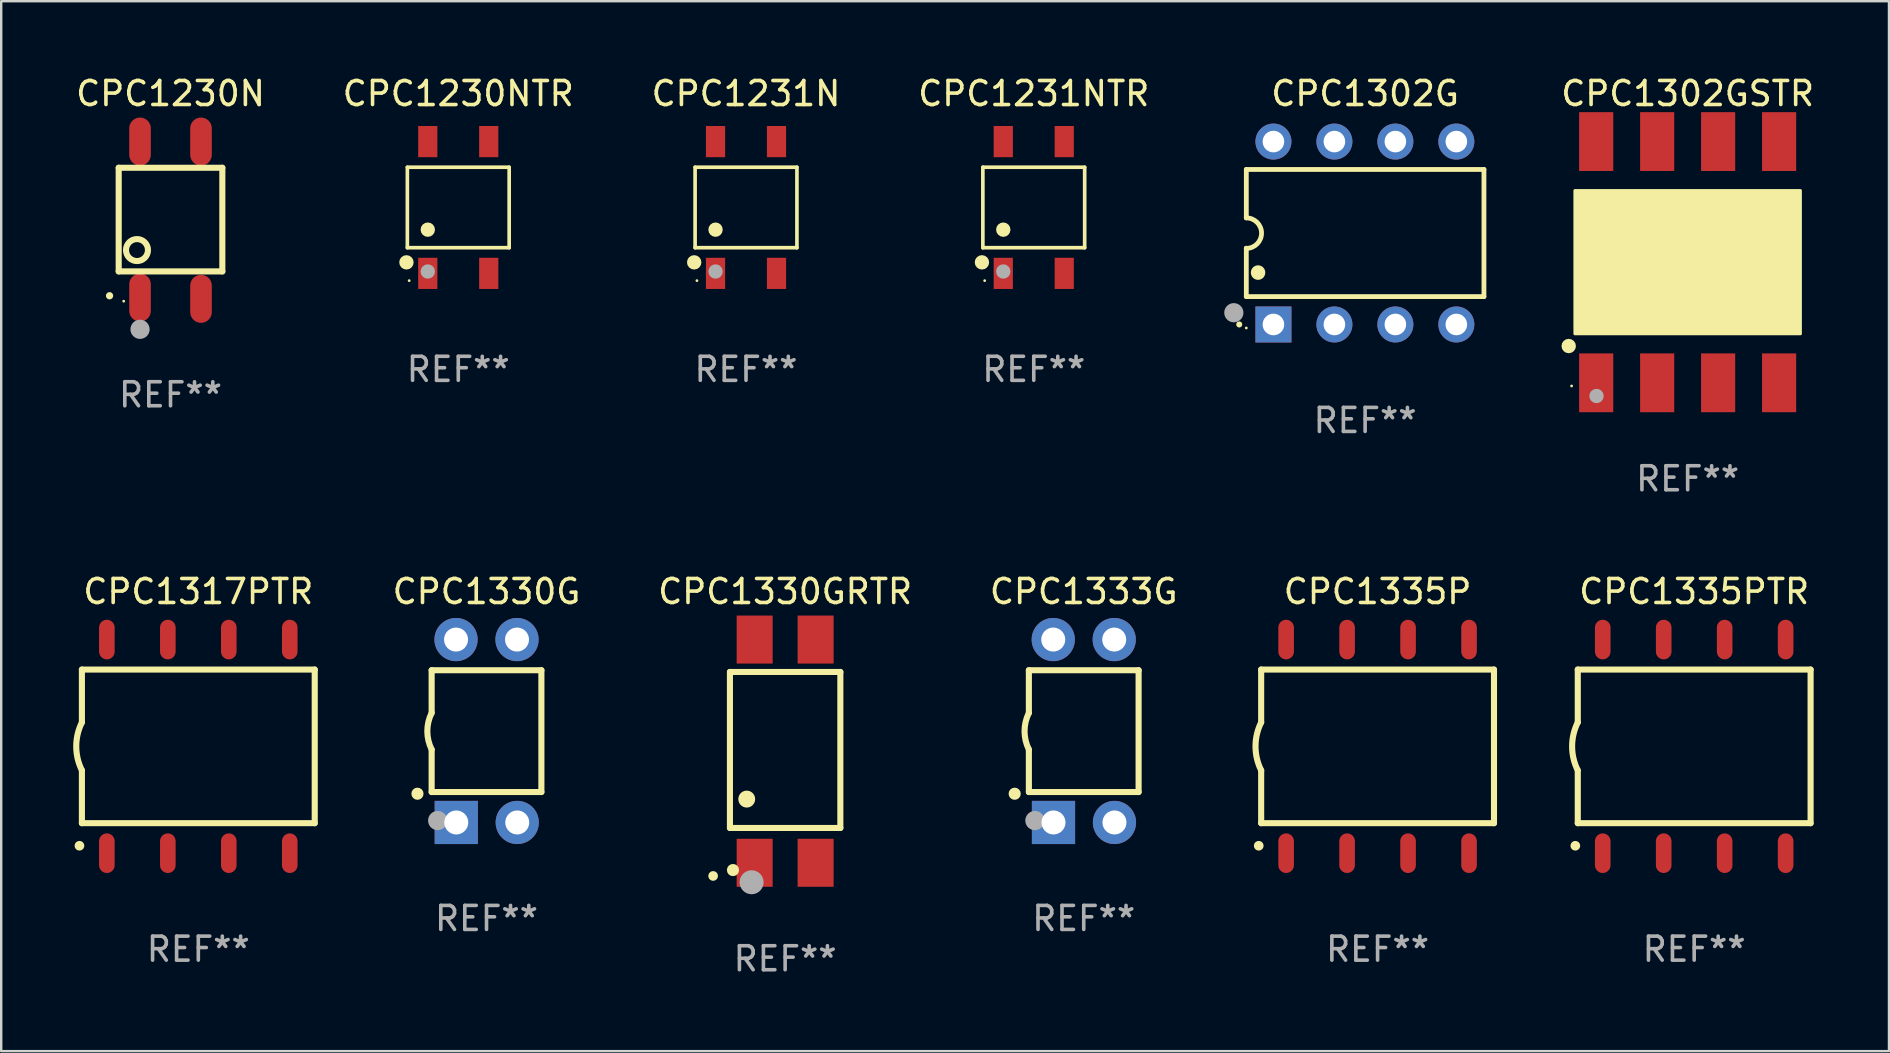
<source format=kicad_pcb>
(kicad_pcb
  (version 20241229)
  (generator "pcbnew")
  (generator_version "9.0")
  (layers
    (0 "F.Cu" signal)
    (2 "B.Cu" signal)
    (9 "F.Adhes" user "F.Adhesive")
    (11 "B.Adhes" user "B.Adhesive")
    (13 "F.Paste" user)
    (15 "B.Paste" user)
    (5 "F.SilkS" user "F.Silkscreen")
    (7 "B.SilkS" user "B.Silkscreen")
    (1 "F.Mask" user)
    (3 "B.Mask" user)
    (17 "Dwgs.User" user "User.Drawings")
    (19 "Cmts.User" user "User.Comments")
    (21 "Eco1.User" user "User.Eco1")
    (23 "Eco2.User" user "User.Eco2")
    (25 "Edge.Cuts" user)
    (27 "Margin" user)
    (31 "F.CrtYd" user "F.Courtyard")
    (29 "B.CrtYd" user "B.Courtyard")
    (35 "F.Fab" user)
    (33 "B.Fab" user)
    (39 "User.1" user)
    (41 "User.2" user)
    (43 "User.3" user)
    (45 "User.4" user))
  (footprint "CPC1335P"
    (layer "F.Cu")
    (at 54.342 28.045)
    (property "Reference" "CPC1335P" (at 0 -6.45 0) (layer "F.SilkS") (effects (font (size 1 1) (thickness 0.15))))
    (attr through_hole)
    (fp_line (start -4.85 -3.2) (end -4.85 -1) (stroke (width 0.254) (type solid)) (layer "F.SilkS"))
    (fp_line (start -4.85 -3.2) (end 4.85 -3.2) (stroke (width 0.254) (type solid)) (layer "F.SilkS"))
    (fp_line (start -4.85 3.2) (end -4.85 1) (stroke (width 0.254) (type solid)) (layer "F.SilkS"))
    (fp_line (start 4.85 -3.2) (end 4.85 3.2) (stroke (width 0.254) (type solid)) (layer "F.SilkS"))
    (fp_line (start 4.85 3.2) (end -4.85 3.2) (stroke (width 0.254) (type solid)) (layer "F.SilkS"))
    (fp_arc (start -4.95301 4.140208) (mid -4.95174 4.140204) (end -4.95047 4.140208) (stroke (width 0.4) (type solid)) (layer "F.SilkS"))
    (fp_arc (start -4.84887 1.000762) (mid -5.085418 0.000516) (end -4.850013 -1) (stroke (width 0.254001) (type solid)) (layer "F.SilkS"))
    (fp_text user "REF**" (at 0 8.45 0) (layer "F.Fab") (effects (font (size 1 1) (thickness 0.15))))
    (pad "1" smd oval (at -3.81 4.45) (size 0.65 1.65) (layers "F.Cu" "F.Mask" "F.Paste"))
    (pad "2" smd oval (at -1.27 4.45) (size 0.65 1.65) (layers "F.Cu" "F.Mask" "F.Paste"))
    (pad "3" smd oval (at 1.27 4.45) (size 0.65 1.65) (layers "F.Cu" "F.Mask" "F.Paste"))
    (pad "4" smd oval (at 3.81 4.45) (size 0.65 1.65) (layers "F.Cu" "F.Mask" "F.Paste"))
    (pad "5" smd oval (at 3.81 -4.45 180) (size 0.65 1.65) (layers "F.Cu" "F.Mask" "F.Paste"))
    (pad "6" smd oval (at 1.27 -4.45 180) (size 0.65 1.65) (layers "F.Cu" "F.Mask" "F.Paste"))
    (pad "7" smd oval (at -1.27 -4.45 180) (size 0.65 1.65) (layers "F.Cu" "F.Mask" "F.Paste"))
    (pad "8" smd oval (at -3.81 -4.45 180) (size 0.65 1.65) (layers "F.Cu" "F.Mask" "F.Paste")))
  (footprint "CPC1330G"
    (layer "F.Cu")
    (at 17.219 27.405)
    (property "Reference" "CPC1330G" (at 0 -5.81 0) (layer "F.SilkS") (effects (font (size 1 1) (thickness 0.15))))
    (attr through_hole)
    (fp_line (start -2.286 -2.532) (end -2.286 -0.754) (stroke (width 0.254) (type solid)) (layer "F.SilkS"))
    (fp_line (start -2.286 -2.532) (end 2.286 -2.532) (stroke (width 0.254) (type solid)) (layer "F.SilkS"))
    (fp_line (start -2.286 0.77) (end -2.286 2.542) (stroke (width 0.254) (type solid)) (layer "F.SilkS"))
    (fp_line (start -2.286 2.542) (end 2.286 2.542) (stroke (width 0.254) (type solid)) (layer "F.SilkS"))
    (fp_line (start 2.286 -2.532) (end 2.286 2.542) (stroke (width 0.254) (type solid)) (layer "F.SilkS"))
    (fp_arc (start -2.286005 0.769952) (mid -2.465889 0.00795) (end -2.286005 -0.754051) (stroke (width 0.254001) (type solid)) (layer "F.SilkS"))
    (fp_circle (center -2.877 2.613) (end -2.75 2.613) (stroke (width 0.254) (type solid)) (fill no) (layer "F.SilkS"))
    (fp_circle (center -2.29 3.935) (end -2.26 3.935) (stroke (width 0.06) (type solid)) (fill no) (layer "F.SilkS"))
    (fp_circle (center -2.035 3.73) (end -1.835 3.73) (stroke (width 0.4) (type solid)) (fill no) (layer "F.Fab"))
    (fp_text user "REF**" (at 0 7.81 0) (layer "F.Fab") (effects (font (size 1 1) (thickness 0.15))))
    (pad "1" thru_hole rect (at -1.26 3.81 180) (size 1.8 1.8) (drill 1) (layers "*.Cu" "*.Mask"))
    (pad "2" thru_hole circle (at 1.28 3.81) (size 1.8 1.8) (drill 1) (layers "*.Cu" "*.Mask"))
    (pad "3" thru_hole circle (at 1.27 -3.81) (size 1.8 1.8) (drill 1) (layers "*.Cu" "*.Mask"))
    (pad "4" thru_hole circle (at -1.27 -3.81) (size 1.8 1.8) (drill 1) (layers "*.Cu" "*.Mask")))
  (footprint "CPC1330GRTR"
    (layer "F.Cu")
    (at 29.66 28.245)
    (property "Reference" "CPC1330GRTR" (at 0 -6.65 0) (layer "F.SilkS") (effects (font (size 1 1) (thickness 0.15))))
    (attr through_hole)
    (fp_line (start -2.3 -3.3) (end -2.3 3.2) (stroke (width 0.254) (type solid)) (layer "F.SilkS"))
    (fp_line (start -2.3 -3.3) (end 2.3 -3.3) (stroke (width 0.254) (type solid)) (layer "F.SilkS"))
    (fp_line (start -2.3 3.2) (end 2.3 3.2) (stroke (width 0.254) (type solid)) (layer "F.SilkS"))
    (fp_line (start 2.3 -3.3) (end 2.3 3.2) (stroke (width 0.254) (type solid)) (layer "F.SilkS"))
    (fp_arc (start -2.999746 5.19939) (mid -2.99975 5.19812) (end -2.999746 5.19685) (stroke (width 0.4) (type solid)) (layer "F.SilkS"))
    (fp_arc (start -1.600203 1.998984) (mid -1.600212 1.996444) (end -1.600203 1.993904) (stroke (width 0.700003) (type solid)) (layer "F.SilkS"))
    (fp_circle (center -2.173 4.953) (end -2.046 4.953) (stroke (width 0.254) (type solid)) (fill no) (layer "F.SilkS"))
    (fp_circle (center -1.397 5.461) (end -1.147 5.461) (stroke (width 0.5) (type solid)) (fill no) (layer "F.Fab"))
    (fp_text user "REF**" (at 0 8.65 0) (layer "F.Fab") (effects (font (size 1 1) (thickness 0.15))))
    (pad "1" smd rect (at -1.27 4.65 180) (size 1.5 2) (layers "F.Cu" "F.Mask" "F.Paste"))
    (pad "2" smd rect (at 1.27 4.65 180) (size 1.5 2) (layers "F.Cu" "F.Mask" "F.Paste"))
    (pad "3" smd rect (at 1.27 -4.65 180) (size 1.5 2) (layers "F.Cu" "F.Mask" "F.Paste"))
    (pad "4" smd rect (at -1.27 -4.65 180) (size 1.5 2) (layers "F.Cu" "F.Mask" "F.Paste")))
  (footprint "CPC1302G"
    (layer "F.Cu")
    (at 53.823 6.658)
    (property "Reference" "CPC1302G" (at 0 -5.81 0) (layer "F.SilkS") (effects (font (size 1 1) (thickness 0.15))))
    (attr through_hole)
    (fp_line (start -4.95 -2.649) (end 4.95 -2.649) (stroke (width 0.2) (type solid)) (layer "F.SilkS"))
    (fp_line (start -4.95 -0.635) (end -4.95 -2.649) (stroke (width 0.2) (type solid)) (layer "F.SilkS"))
    (fp_line (start -4.95 0.635) (end -4.95 0.64) (stroke (width 0.2) (type solid)) (layer "F.SilkS"))
    (fp_line (start -4.95 2.649) (end -4.95 0.635) (stroke (width 0.2) (type solid)) (layer "F.SilkS"))
    (fp_line (start -4.95 -0.64) (end -4.95 -0.635) (stroke (width 0.2) (type solid)) (layer "F.SilkS"))
    (fp_line (start 4.95 -2.649) (end 4.95 2.649) (stroke (width 0.2) (type solid)) (layer "F.SilkS"))
    (fp_line (start 4.95 2.649) (end -4.95 2.649) (stroke (width 0.2) (type solid)) (layer "F.SilkS"))
    (fp_arc (start -5.24511 3.810008) (mid -5.245117 3.808738) (end -5.24511 3.807468) (stroke (width 0.25) (type solid)) (layer "F.SilkS"))
    (fp_arc (start -4.950165 -0.629997) (mid -4.315164 0.005004) (end -4.950165 0.640005) (stroke (width 0.2) (type solid)) (layer "F.SilkS"))
    (fp_arc (start -4.460249 1.651003) (mid -4.46026 1.648463) (end -4.460249 1.645923) (stroke (width 0.6) (type solid)) (layer "F.SilkS"))
    (fp_circle (center -4.95 3.956) (end -4.92 3.956) (stroke (width 0.06) (type solid)) (fill no) (layer "F.SilkS"))
    (fp_circle (center -5.47 3.32) (end -5.27 3.32) (stroke (width 0.4) (type solid)) (fill no) (layer "F.Fab"))
    (fp_text user "REF**" (at 0 7.81 0) (layer "F.Fab") (effects (font (size 1 1) (thickness 0.15))))
    (pad "1" thru_hole rect (at -3.82 3.81) (size 1.5 1.5) (drill 0.9) (layers "*.Cu" "*.Mask"))
    (pad "2" thru_hole circle (at -1.28 3.81) (size 1.5 1.5) (drill 0.9) (layers "*.Cu" "*.Mask"))
    (pad "3" thru_hole circle (at 1.26 3.81) (size 1.5 1.5) (drill 0.9) (layers "*.Cu" "*.Mask"))
    (pad "4" thru_hole circle (at 3.8 3.81) (size 1.5 1.5) (drill 0.9) (layers "*.Cu" "*.Mask"))
    (pad "5" thru_hole circle (at 3.8 -3.81) (size 1.5 1.5) (drill 0.9) (layers "*.Cu" "*.Mask"))
    (pad "6" thru_hole circle (at 1.26 -3.81) (size 1.5 1.5) (drill 0.9) (layers "*.Cu" "*.Mask"))
    (pad "7" thru_hole circle (at -1.28 -3.81) (size 1.5 1.5) (drill 0.9) (layers "*.Cu" "*.Mask"))
    (pad "8" thru_hole circle (at -3.82 -3.81) (size 1.5 1.5) (drill 0.9) (layers "*.Cu" "*.Mask")))
  (footprint "CPC1230N"
    (layer "F.Cu")
    (at 4.054 6.124)
    (property "Reference" "CPC1230N" (at 0 -5.276 0) (layer "F.SilkS") (effects (font (size 1 1) (thickness 0.15))))
    (attr through_hole)
    (fp_line (start -2.159 -2.185) (end -2.159 2.133) (stroke (width 0.254) (type solid)) (layer "F.SilkS"))
    (fp_line (start -2.159 2.133) (end 2.159 2.133) (stroke (width 0.254) (type solid)) (layer "F.SilkS"))
    (fp_line (start 2.159 -2.185) (end -2.159 -2.185) (stroke (width 0.254) (type solid)) (layer "F.SilkS"))
    (fp_line (start 2.159 2.133) (end 2.159 -2.185) (stroke (width 0.254) (type solid)) (layer "F.SilkS"))
    (fp_arc (start -2.540005 3.148895) (mid -2.54001 3.147625) (end -2.540005 3.146355) (stroke (width 0.3) (type solid)) (layer "F.SilkS"))
    (fp_circle (center -1.95 3.374) (end -1.92 3.374) (stroke (width 0.06) (type solid)) (fill no) (layer "F.SilkS"))
    (fp_circle (center -1.397 1.244) (end -0.939 1.244) (stroke (width 0.254) (type solid)) (fill no) (layer "F.SilkS"))
    (fp_circle (center -1.27 4.546) (end -1.07 4.546) (stroke (width 0.4) (type solid)) (fill no) (layer "F.Fab"))
    (fp_text user "REF**" (at 0 7.276 0) (layer "F.Fab") (effects (font (size 1 1) (thickness 0.15))))
    (pad "1" smd oval (at -1.27 3.224) (size 0.9 2) (layers "F.Cu" "F.Mask" "F.Paste"))
    (pad "2" smd oval (at 1.27 3.276) (size 0.9 2) (layers "F.Cu" "F.Mask" "F.Paste"))
    (pad "3" smd oval (at 1.27 -3.276) (size 0.9 2) (layers "F.Cu" "F.Mask" "F.Paste"))
    (pad "4" smd oval (at -1.27 -3.276) (size 0.9 2) (layers "F.Cu" "F.Mask" "F.Paste")))
  (footprint "CPC1231N"
    (layer "F.Cu")
    (at 28.03 5.594)
    (property "Reference" "CPC1231N" (at 0 -4.745 0) (layer "F.SilkS") (effects (font (size 1 1) (thickness 0.15))))
    (attr through_hole)
    (fp_line (start -2.121 -1.676) (end 2.121 -1.676) (stroke (width 0.152) (type solid)) (layer "F.SilkS"))
    (fp_line (start -2.121 1.676) (end -2.121 -1.676) (stroke (width 0.152) (type solid)) (layer "F.SilkS"))
    (fp_line (start 2.121 -1.676) (end 2.121 1.676) (stroke (width 0.152) (type solid)) (layer "F.SilkS"))
    (fp_line (start 2.121 1.676) (end -2.121 1.676) (stroke (width 0.152) (type solid)) (layer "F.SilkS"))
    (fp_circle (center -2.159 2.286) (end -2.009 2.286) (stroke (width 0.3) (type solid)) (fill no) (layer "F.SilkS"))
    (fp_circle (center -2.045 3.048) (end -2.015 3.048) (stroke (width 0.06) (type solid)) (fill no) (layer "F.SilkS"))
    (fp_circle (center -1.27 0.924) (end -1.12 0.924) (stroke (width 0.3) (type solid)) (fill no) (layer "F.SilkS"))
    (fp_circle (center -1.27 2.667) (end -1.12 2.667) (stroke (width 0.3) (type solid)) (fill no) (layer "F.Fab"))
    (fp_text user "REF**" (at 0 6.745 0) (layer "F.Fab") (effects (font (size 1 1) (thickness 0.15))))
    (pad "1" smd rect (at -1.27 2.745) (size 0.8 1.3) (layers "F.Cu" "F.Mask" "F.Paste"))
    (pad "2" smd rect (at 1.27 2.745) (size 0.8 1.3) (layers "F.Cu" "F.Mask" "F.Paste"))
    (pad "3" smd rect (at 1.27 -2.745) (size 0.8 1.3) (layers "F.Cu" "F.Mask" "F.Paste"))
    (pad "4" smd rect (at -1.27 -2.745) (size 0.8 1.3) (layers "F.Cu" "F.Mask" "F.Paste")))
  (footprint "CPC1317PTR"
    (layer "F.Cu")
    (at 5.212 28.045)
    (property "Reference" "CPC1317PTR" (at 0 -6.45 0) (layer "F.SilkS") (effects (font (size 1 1) (thickness 0.15))))
    (attr through_hole)
    (fp_line (start -4.85 -3.2) (end -4.85 -1) (stroke (width 0.254) (type solid)) (layer "F.SilkS"))
    (fp_line (start -4.85 -3.2) (end 4.85 -3.2) (stroke (width 0.254) (type solid)) (layer "F.SilkS"))
    (fp_line (start -4.85 3.2) (end -4.85 1) (stroke (width 0.254) (type solid)) (layer "F.SilkS"))
    (fp_line (start 4.85 -3.2) (end 4.85 3.2) (stroke (width 0.254) (type solid)) (layer "F.SilkS"))
    (fp_line (start 4.85 3.2) (end -4.85 3.2) (stroke (width 0.254) (type solid)) (layer "F.SilkS"))
    (fp_arc (start -4.95301 4.140208) (mid -4.95174 4.140204) (end -4.95047 4.140208) (stroke (width 0.4) (type solid)) (layer "F.SilkS"))
    (fp_arc (start -4.84887 1.000762) (mid -5.085418 0.000516) (end -4.850013 -1) (stroke (width 0.254001) (type solid)) (layer "F.SilkS"))
    (fp_text user "REF**" (at 0 8.45 0) (layer "F.Fab") (effects (font (size 1 1) (thickness 0.15))))
    (pad "1" smd oval (at -3.81 4.45) (size 0.65 1.65) (layers "F.Cu" "F.Mask" "F.Paste"))
    (pad "2" smd oval (at -1.27 4.45) (size 0.65 1.65) (layers "F.Cu" "F.Mask" "F.Paste"))
    (pad "3" smd oval (at 1.27 4.45) (size 0.65 1.65) (layers "F.Cu" "F.Mask" "F.Paste"))
    (pad "4" smd oval (at 3.81 4.45) (size 0.65 1.65) (layers "F.Cu" "F.Mask" "F.Paste"))
    (pad "5" smd oval (at 3.81 -4.45 180) (size 0.65 1.65) (layers "F.Cu" "F.Mask" "F.Paste"))
    (pad "6" smd oval (at 1.27 -4.45 180) (size 0.65 1.65) (layers "F.Cu" "F.Mask" "F.Paste"))
    (pad "7" smd oval (at -1.27 -4.45 180) (size 0.65 1.65) (layers "F.Cu" "F.Mask" "F.Paste"))
    (pad "8" smd oval (at -3.81 -4.45 180) (size 0.65 1.65) (layers "F.Cu" "F.Mask" "F.Paste")))
  (footprint "CPC1231NTR"
    (layer "F.Cu")
    (at 40.018 5.594)
    (property "Reference" "CPC1231NTR" (at 0 -4.745 0) (layer "F.SilkS") (effects (font (size 1 1) (thickness 0.15))))
    (attr through_hole)
    (fp_line (start -2.121 -1.676) (end 2.121 -1.676) (stroke (width 0.152) (type solid)) (layer "F.SilkS"))
    (fp_line (start -2.121 1.676) (end -2.121 -1.676) (stroke (width 0.152) (type solid)) (layer "F.SilkS"))
    (fp_line (start 2.121 -1.676) (end 2.121 1.676) (stroke (width 0.152) (type solid)) (layer "F.SilkS"))
    (fp_line (start 2.121 1.676) (end -2.121 1.676) (stroke (width 0.152) (type solid)) (layer "F.SilkS"))
    (fp_circle (center -2.159 2.286) (end -2.009 2.286) (stroke (width 0.3) (type solid)) (fill no) (layer "F.SilkS"))
    (fp_circle (center -2.045 3.048) (end -2.015 3.048) (stroke (width 0.06) (type solid)) (fill no) (layer "F.SilkS"))
    (fp_circle (center -1.27 0.924) (end -1.12 0.924) (stroke (width 0.3) (type solid)) (fill no) (layer "F.SilkS"))
    (fp_circle (center -1.27 2.667) (end -1.12 2.667) (stroke (width 0.3) (type solid)) (fill no) (layer "F.Fab"))
    (fp_text user "REF**" (at 0 6.745 0) (layer "F.Fab") (effects (font (size 1 1) (thickness 0.15))))
    (pad "1" smd rect (at -1.27 2.745) (size 0.8 1.3) (layers "F.Cu" "F.Mask" "F.Paste"))
    (pad "2" smd rect (at 1.27 2.745) (size 0.8 1.3) (layers "F.Cu" "F.Mask" "F.Paste"))
    (pad "3" smd rect (at 1.27 -2.745) (size 0.8 1.3) (layers "F.Cu" "F.Mask" "F.Paste"))
    (pad "4" smd rect (at -1.27 -2.745) (size 0.8 1.3) (layers "F.Cu" "F.Mask" "F.Paste")))
  (footprint "CPC1230NTR"
    (layer "F.Cu")
    (at 16.042 5.594)
    (property "Reference" "CPC1230NTR" (at 0 -4.745 0) (layer "F.SilkS") (effects (font (size 1 1) (thickness 0.15))))
    (attr through_hole)
    (fp_line (start -2.121 -1.676) (end 2.121 -1.676) (stroke (width 0.152) (type solid)) (layer "F.SilkS"))
    (fp_line (start -2.121 1.676) (end -2.121 -1.676) (stroke (width 0.152) (type solid)) (layer "F.SilkS"))
    (fp_line (start 2.121 -1.676) (end 2.121 1.676) (stroke (width 0.152) (type solid)) (layer "F.SilkS"))
    (fp_line (start 2.121 1.676) (end -2.121 1.676) (stroke (width 0.152) (type solid)) (layer "F.SilkS"))
    (fp_circle (center -2.159 2.286) (end -2.009 2.286) (stroke (width 0.3) (type solid)) (fill no) (layer "F.SilkS"))
    (fp_circle (center -2.045 3.048) (end -2.015 3.048) (stroke (width 0.06) (type solid)) (fill no) (layer "F.SilkS"))
    (fp_circle (center -1.27 0.924) (end -1.12 0.924) (stroke (width 0.3) (type solid)) (fill no) (layer "F.SilkS"))
    (fp_circle (center -1.27 2.667) (end -1.12 2.667) (stroke (width 0.3) (type solid)) (fill no) (layer "F.Fab"))
    (fp_text user "REF**" (at 0 6.745 0) (layer "F.Fab") (effects (font (size 1 1) (thickness 0.15))))
    (pad "1" smd rect (at -1.27 2.745) (size 0.8 1.3) (layers "F.Cu" "F.Mask" "F.Paste"))
    (pad "2" smd rect (at 1.27 2.745) (size 0.8 1.3) (layers "F.Cu" "F.Mask" "F.Paste"))
    (pad "3" smd rect (at 1.27 -2.745) (size 0.8 1.3) (layers "F.Cu" "F.Mask" "F.Paste"))
    (pad "4" smd rect (at -1.27 -2.745) (size 0.8 1.3) (layers "F.Cu" "F.Mask" "F.Paste")))
  (footprint "CPC1302GSTR"
    (layer "F.Cu")
    (at 67.26 7.873)
    (property "Reference" "CPC1302GSTR" (at 0 -7.025 0) (layer "F.SilkS") (effects (font (size 1 1) (thickness 0.15))))
    (attr through_hole)
    (fp_circle (center -4.955 3.493) (end -4.805 3.493) (stroke (width 0.3) (type solid)) (fill no) (layer "F.SilkS"))
    (fp_circle (center -4.835 5.157) (end -4.805 5.157) (stroke (width 0.06) (type solid)) (fill no) (layer "F.SilkS"))
    (fp_poly (pts (xy -4.699 -2.985) (xy 4.699 -2.985) (xy 4.699 2.985) (xy -4.699 2.985)) (stroke (width 0.12) (type solid)) (fill yes) (layer "F.SilkS"))
    (fp_circle (center -3.797 5.575) (end -3.647 5.575) (stroke (width 0.3) (type solid)) (fill no) (layer "F.Fab"))
    (fp_text user "REF**" (at 0 9.025 0) (layer "F.Fab") (effects (font (size 1 1) (thickness 0.15))))
    (pad "1" smd rect (at -3.81 5.025) (size 1.422 2.45) (layers "F.Cu" "F.Mask" "F.Paste"))
    (pad "2" smd rect (at -1.27 5.025) (size 1.422 2.45) (layers "F.Cu" "F.Mask" "F.Paste"))
    (pad "3" smd rect (at 1.27 5.025) (size 1.422 2.45) (layers "F.Cu" "F.Mask" "F.Paste"))
    (pad "4" smd rect (at 3.81 5.025) (size 1.422 2.45) (layers "F.Cu" "F.Mask" "F.Paste"))
    (pad "5" smd rect (at 3.81 -5.025) (size 1.422 2.45) (layers "F.Cu" "F.Mask" "F.Paste"))
    (pad "6" smd rect (at 1.27 -5.025) (size 1.422 2.45) (layers "F.Cu" "F.Mask" "F.Paste"))
    (pad "7" smd rect (at -1.27 -5.025) (size 1.422 2.45) (layers "F.Cu" "F.Mask" "F.Paste"))
    (pad "8" smd rect (at -3.81 -5.025) (size 1.422 2.45) (layers "F.Cu" "F.Mask" "F.Paste")))
  (footprint "CPC1335PTR"
    (layer "F.Cu")
    (at 67.532 28.045)
    (property "Reference" "CPC1335PTR" (at 0 -6.45 0) (layer "F.SilkS") (effects (font (size 1 1) (thickness 0.15))))
    (attr through_hole)
    (fp_line (start -4.85 -3.2) (end -4.85 -1) (stroke (width 0.254) (type solid)) (layer "F.SilkS"))
    (fp_line (start -4.85 -3.2) (end 4.85 -3.2) (stroke (width 0.254) (type solid)) (layer "F.SilkS"))
    (fp_line (start -4.85 3.2) (end -4.85 1) (stroke (width 0.254) (type solid)) (layer "F.SilkS"))
    (fp_line (start 4.85 -3.2) (end 4.85 3.2) (stroke (width 0.254) (type solid)) (layer "F.SilkS"))
    (fp_line (start 4.85 3.2) (end -4.85 3.2) (stroke (width 0.254) (type solid)) (layer "F.SilkS"))
    (fp_arc (start -4.95301 4.140208) (mid -4.95174 4.140204) (end -4.95047 4.140208) (stroke (width 0.4) (type solid)) (layer "F.SilkS"))
    (fp_arc (start -4.84887 1.000762) (mid -5.085418 0.000516) (end -4.850013 -1) (stroke (width 0.254001) (type solid)) (layer "F.SilkS"))
    (fp_text user "REF**" (at 0 8.45 0) (layer "F.Fab") (effects (font (size 1 1) (thickness 0.15))))
    (pad "1" smd oval (at -3.81 4.45) (size 0.65 1.65) (layers "F.Cu" "F.Mask" "F.Paste"))
    (pad "2" smd oval (at -1.27 4.45) (size 0.65 1.65) (layers "F.Cu" "F.Mask" "F.Paste"))
    (pad "3" smd oval (at 1.27 4.45) (size 0.65 1.65) (layers "F.Cu" "F.Mask" "F.Paste"))
    (pad "4" smd oval (at 3.81 4.45) (size 0.65 1.65) (layers "F.Cu" "F.Mask" "F.Paste"))
    (pad "5" smd oval (at 3.81 -4.45 180) (size 0.65 1.65) (layers "F.Cu" "F.Mask" "F.Paste"))
    (pad "6" smd oval (at 1.27 -4.45 180) (size 0.65 1.65) (layers "F.Cu" "F.Mask" "F.Paste"))
    (pad "7" smd oval (at -1.27 -4.45 180) (size 0.65 1.65) (layers "F.Cu" "F.Mask" "F.Paste"))
    (pad "8" smd oval (at -3.81 -4.45 180) (size 0.65 1.65) (layers "F.Cu" "F.Mask" "F.Paste")))
  (footprint "CPC1333G"
    (layer "F.Cu")
    (at 42.1 27.405)
    (property "Reference" "CPC1333G" (at 0 -5.81 0) (layer "F.SilkS") (effects (font (size 1 1) (thickness 0.15))))
    (attr through_hole)
    (fp_line (start -2.286 -2.532) (end -2.286 -0.754) (stroke (width 0.254) (type solid)) (layer "F.SilkS"))
    (fp_line (start -2.286 -2.532) (end 2.286 -2.532) (stroke (width 0.254) (type solid)) (layer "F.SilkS"))
    (fp_line (start -2.286 0.77) (end -2.286 2.542) (stroke (width 0.254) (type solid)) (layer "F.SilkS"))
    (fp_line (start -2.286 2.542) (end 2.286 2.542) (stroke (width 0.254) (type solid)) (layer "F.SilkS"))
    (fp_line (start 2.286 -2.532) (end 2.286 2.542) (stroke (width 0.254) (type solid)) (layer "F.SilkS"))
    (fp_arc (start -2.286005 0.769952) (mid -2.465889 0.00795) (end -2.286005 -0.754051) (stroke (width 0.254001) (type solid)) (layer "F.SilkS"))
    (fp_circle (center -2.877 2.613) (end -2.75 2.613) (stroke (width 0.254) (type solid)) (fill no) (layer "F.SilkS"))
    (fp_circle (center -2.29 3.935) (end -2.26 3.935) (stroke (width 0.06) (type solid)) (fill no) (layer "F.SilkS"))
    (fp_circle (center -2.035 3.73) (end -1.835 3.73) (stroke (width 0.4) (type solid)) (fill no) (layer "F.Fab"))
    (fp_text user "REF**" (at 0 7.81 0) (layer "F.Fab") (effects (font (size 1 1) (thickness 0.15))))
    (pad "1" thru_hole rect (at -1.26 3.81 180) (size 1.8 1.8) (drill 1) (layers "*.Cu" "*.Mask"))
    (pad "2" thru_hole circle (at 1.28 3.81) (size 1.8 1.8) (drill 1) (layers "*.Cu" "*.Mask"))
    (pad "3" thru_hole circle (at 1.27 -3.81) (size 1.8 1.8) (drill 1) (layers "*.Cu" "*.Mask"))
    (pad "4" thru_hole circle (at -1.27 -3.81) (size 1.8 1.8) (drill 1) (layers "*.Cu" "*.Mask")))
  (gr_rect
    (start -3 -3)
    (end 75.647 40.743)
    (stroke (width 0.1) (type default))
    (fill no)
    (layer "Edge.Cuts")))
</source>
